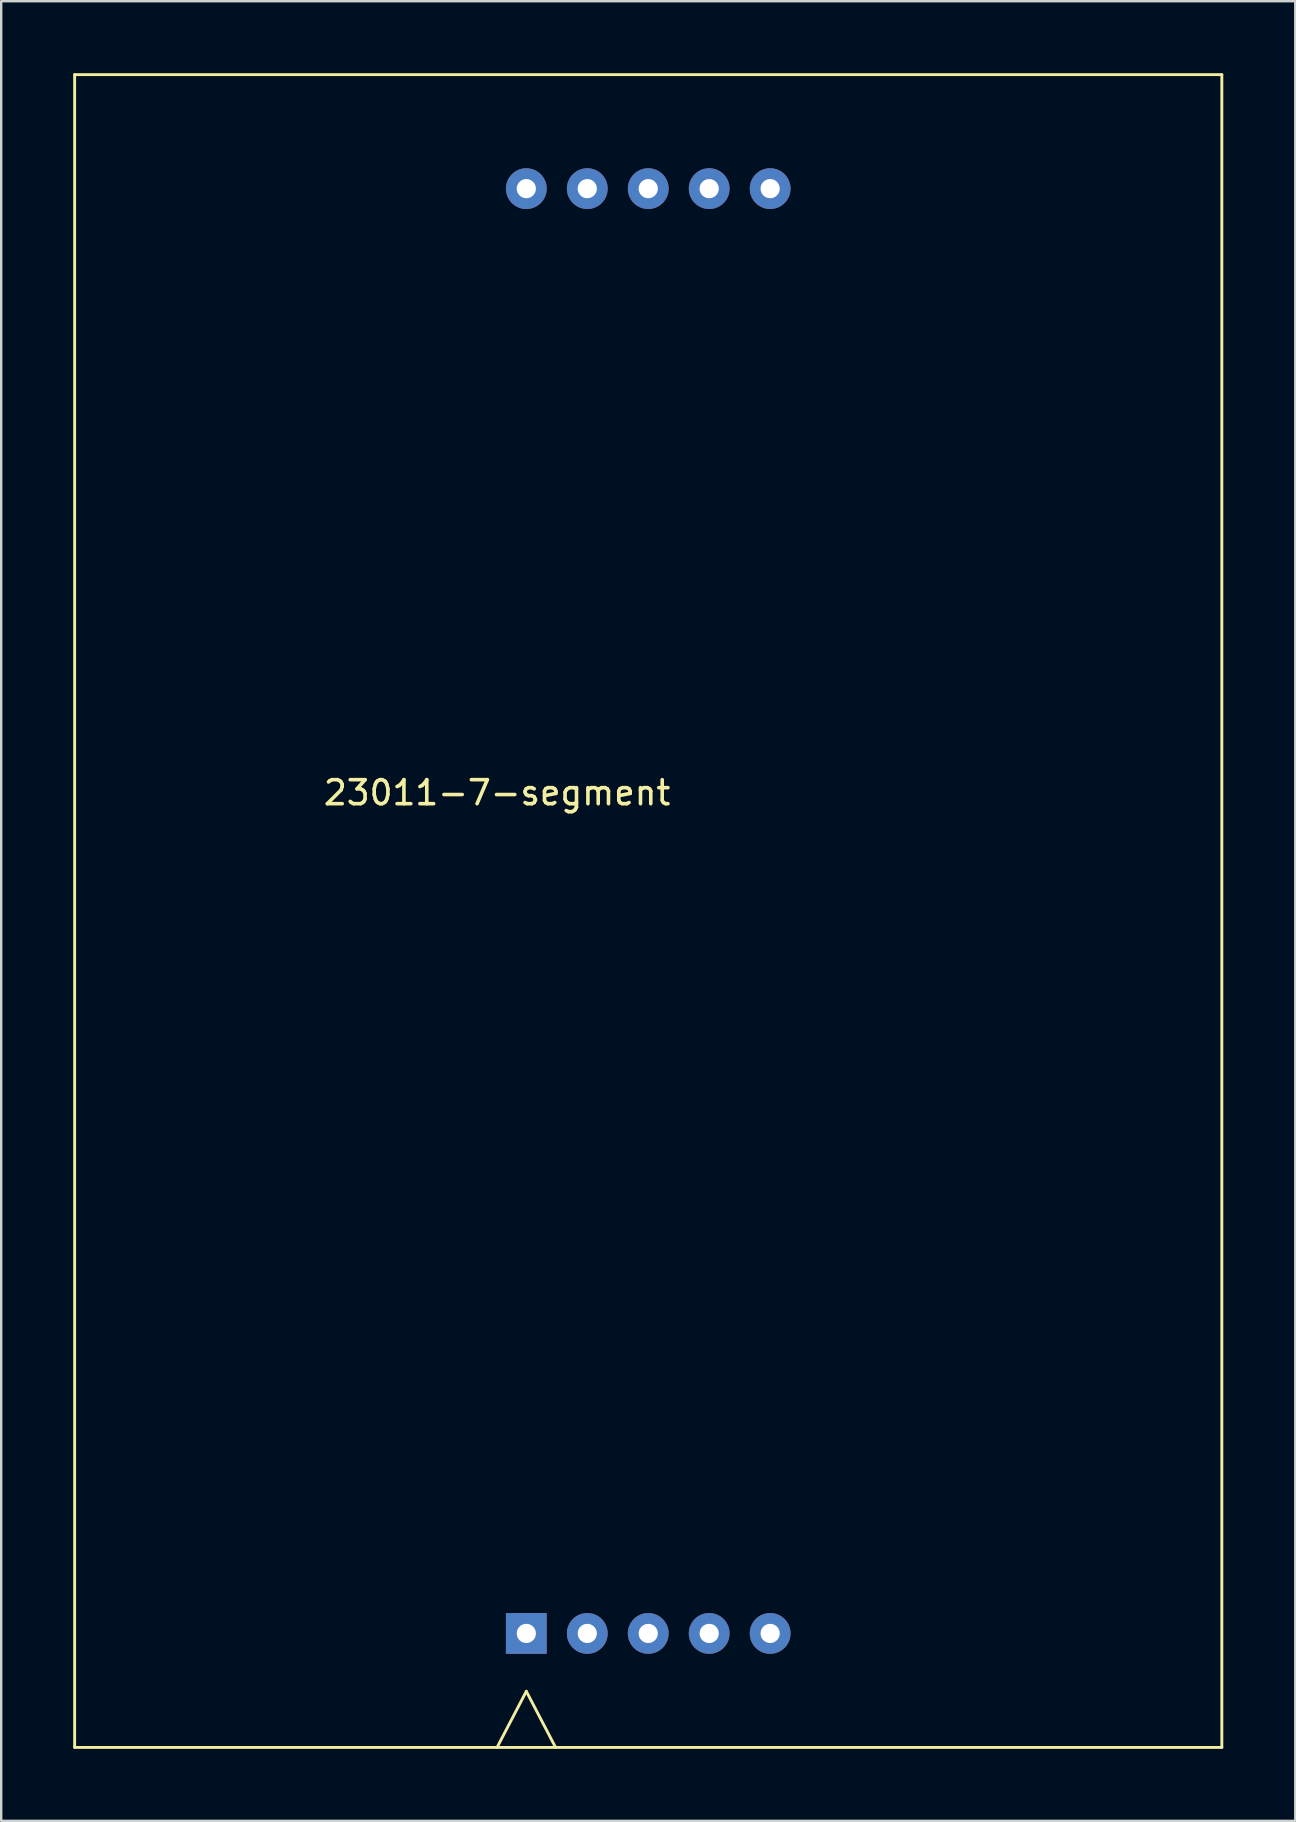
<source format=kicad_pcb>
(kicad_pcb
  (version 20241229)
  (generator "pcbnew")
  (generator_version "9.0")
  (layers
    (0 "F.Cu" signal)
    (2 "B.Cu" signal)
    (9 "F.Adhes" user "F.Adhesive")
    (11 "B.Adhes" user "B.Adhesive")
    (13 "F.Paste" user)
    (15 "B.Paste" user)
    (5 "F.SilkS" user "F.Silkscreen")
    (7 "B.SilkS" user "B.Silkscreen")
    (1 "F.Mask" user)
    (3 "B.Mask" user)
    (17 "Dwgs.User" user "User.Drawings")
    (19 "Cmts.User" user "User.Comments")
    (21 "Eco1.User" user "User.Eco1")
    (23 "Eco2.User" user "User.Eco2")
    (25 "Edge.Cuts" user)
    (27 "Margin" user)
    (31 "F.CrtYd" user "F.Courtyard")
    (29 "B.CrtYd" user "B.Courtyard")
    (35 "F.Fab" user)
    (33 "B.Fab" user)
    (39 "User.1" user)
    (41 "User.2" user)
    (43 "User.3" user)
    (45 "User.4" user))
  (footprint "23011-7-segment"
    (layer "F.Cu")
    (at 23.96 34.91)
    (property "Reference" "23011-7-segment" (at -6.299 -4.928 0) (layer "F.SilkS") (effects (font (size 1 1) (thickness 0.15))))
    (attr through_hole)
    (fp_line (start -23.9 -34.85) (end -23.9 34.85) (stroke (width 0.12) (type solid)) (layer "F.SilkS"))
    (fp_line (start -23.9 34.85) (end 23.9 34.85) (stroke (width 0.12) (type solid)) (layer "F.SilkS"))
    (fp_line (start -5.08 32.512) (end -6.299 34.849) (stroke (width 0.12) (type solid)) (layer "F.SilkS"))
    (fp_line (start -5.08 32.512) (end -3.861 34.849) (stroke (width 0.12) (type solid)) (layer "F.SilkS"))
    (fp_line (start 23.9 -34.85) (end -23.9 -34.85) (stroke (width 0.12) (type solid)) (layer "F.SilkS"))
    (fp_line (start 23.9 34.85) (end 23.9 -34.85) (stroke (width 0.12) (type solid)) (layer "F.SilkS"))
    (pad "1" thru_hole trapezoid (at -5.08 30.1) (size 1.7 1.7) (drill 0.8) (layers "*.Cu" "*.Mask"))
    (pad "2" thru_hole circle (at -2.54 30.1) (size 1.7 1.7) (drill 0.8) (layers "*.Cu" "*.Mask"))
    (pad "3" thru_hole circle (at 0 30.1) (size 1.7 1.7) (drill 0.8) (layers "*.Cu" "*.Mask"))
    (pad "4" thru_hole circle (at 2.54 30.1) (size 1.7 1.7) (drill 0.8) (layers "*.Cu" "*.Mask"))
    (pad "5" thru_hole circle (at 5.08 30.1) (size 1.7 1.7) (drill 0.8) (layers "*.Cu" "*.Mask"))
    (pad "6" thru_hole circle (at 5.08 -30.1) (size 1.7 1.7) (drill 0.8) (layers "*.Cu" "*.Mask"))
    (pad "7" thru_hole circle (at 2.54 -30.1) (size 1.7 1.7) (drill 0.8) (layers "*.Cu" "*.Mask"))
    (pad "8" thru_hole circle (at 0 -30.1) (size 1.7 1.7) (drill 0.8) (layers "*.Cu" "*.Mask"))
    (pad "9" thru_hole circle (at -2.54 -30.1) (size 1.7 1.7) (drill 0.8) (layers "*.Cu" "*.Mask"))
    (pad "10" thru_hole circle (at -5.08 -30.1) (size 1.7 1.7) (drill 0.8) (layers "*.Cu" "*.Mask")))
  (gr_rect
    (start -3 -3)
    (end 50.92 72.82)
    (stroke (width 0.1) (type default))
    (fill no)
    (layer "Edge.Cuts")))
</source>
